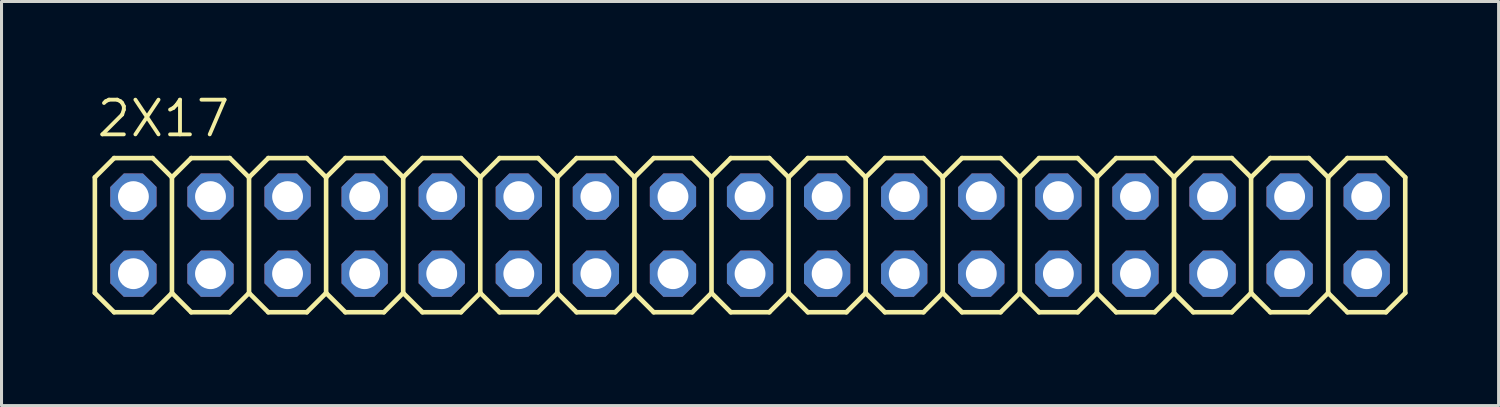
<source format=kicad_pcb>
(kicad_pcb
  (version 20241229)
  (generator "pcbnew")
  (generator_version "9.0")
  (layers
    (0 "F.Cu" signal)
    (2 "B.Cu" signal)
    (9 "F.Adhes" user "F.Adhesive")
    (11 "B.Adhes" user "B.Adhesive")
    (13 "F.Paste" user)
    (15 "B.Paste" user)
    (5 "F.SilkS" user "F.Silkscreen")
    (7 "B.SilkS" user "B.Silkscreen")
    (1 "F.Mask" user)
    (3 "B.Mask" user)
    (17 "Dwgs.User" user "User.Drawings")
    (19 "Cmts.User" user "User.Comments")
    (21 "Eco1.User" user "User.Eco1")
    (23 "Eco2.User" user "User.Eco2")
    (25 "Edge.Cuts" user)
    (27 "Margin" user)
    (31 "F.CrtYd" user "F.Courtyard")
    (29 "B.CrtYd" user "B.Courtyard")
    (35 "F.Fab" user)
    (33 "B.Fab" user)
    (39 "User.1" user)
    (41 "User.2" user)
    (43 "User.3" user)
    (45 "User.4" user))
  (footprint "2X17"
    (layer "F.Cu")
    (at 21.666 4.699)
    (property "Reference" "2X17" (at -21.59 -3.175 0) (unlocked yes) (layer "F.SilkS") (effects (font (size 1.143 1.143) (thickness 0.127)) (justify left bottom)))
    (fp_line (start -21.59 -1.905) (end -20.955 -2.54) (stroke (width 0.152) (type solid)) (layer "F.SilkS"))
    (fp_line (start -21.59 1.905) (end -21.59 -1.905) (stroke (width 0.152) (type solid)) (layer "F.SilkS"))
    (fp_line (start -21.59 1.905) (end -20.955 2.54) (stroke (width 0.152) (type solid)) (layer "F.SilkS"))
    (fp_line (start -20.955 -2.54) (end -19.685 -2.54) (stroke (width 0.152) (type solid)) (layer "F.SilkS"))
    (fp_line (start -20.955 2.54) (end -19.685 2.54) (stroke (width 0.152) (type solid)) (layer "F.SilkS"))
    (fp_line (start -19.685 -2.54) (end -19.05 -1.905) (stroke (width 0.152) (type solid)) (layer "F.SilkS"))
    (fp_line (start -19.685 2.54) (end -19.05 1.905) (stroke (width 0.152) (type solid)) (layer "F.SilkS"))
    (fp_line (start -19.05 -1.905) (end -19.05 1.905) (stroke (width 0.152) (type solid)) (layer "F.SilkS"))
    (fp_line (start -19.05 -1.905) (end -18.415 -2.54) (stroke (width 0.152) (type solid)) (layer "F.SilkS"))
    (fp_line (start -19.05 1.905) (end -18.415 2.54) (stroke (width 0.152) (type solid)) (layer "F.SilkS"))
    (fp_line (start -18.415 -2.54) (end -17.145 -2.54) (stroke (width 0.152) (type solid)) (layer "F.SilkS"))
    (fp_line (start -18.415 2.54) (end -17.145 2.54) (stroke (width 0.152) (type solid)) (layer "F.SilkS"))
    (fp_line (start -17.145 -2.54) (end -16.51 -1.905) (stroke (width 0.152) (type solid)) (layer "F.SilkS"))
    (fp_line (start -17.145 2.54) (end -16.51 1.905) (stroke (width 0.152) (type solid)) (layer "F.SilkS"))
    (fp_line (start -16.51 -1.905) (end -16.51 1.905) (stroke (width 0.152) (type solid)) (layer "F.SilkS"))
    (fp_line (start -16.51 -1.905) (end -15.875 -2.54) (stroke (width 0.152) (type solid)) (layer "F.SilkS"))
    (fp_line (start -16.51 1.905) (end -15.875 2.54) (stroke (width 0.152) (type solid)) (layer "F.SilkS"))
    (fp_line (start -15.875 -2.54) (end -14.605 -2.54) (stroke (width 0.152) (type solid)) (layer "F.SilkS"))
    (fp_line (start -15.875 2.54) (end -14.605 2.54) (stroke (width 0.152) (type solid)) (layer "F.SilkS"))
    (fp_line (start -14.605 -2.54) (end -13.97 -1.905) (stroke (width 0.152) (type solid)) (layer "F.SilkS"))
    (fp_line (start -14.605 2.54) (end -13.97 1.905) (stroke (width 0.152) (type solid)) (layer "F.SilkS"))
    (fp_line (start -13.97 -1.905) (end -13.97 1.905) (stroke (width 0.152) (type solid)) (layer "F.SilkS"))
    (fp_line (start -13.97 -1.905) (end -13.335 -2.54) (stroke (width 0.152) (type solid)) (layer "F.SilkS"))
    (fp_line (start -13.97 1.905) (end -13.335 2.54) (stroke (width 0.152) (type solid)) (layer "F.SilkS"))
    (fp_line (start -13.335 -2.54) (end -12.065 -2.54) (stroke (width 0.152) (type solid)) (layer "F.SilkS"))
    (fp_line (start -13.335 2.54) (end -12.065 2.54) (stroke (width 0.152) (type solid)) (layer "F.SilkS"))
    (fp_line (start -12.065 -2.54) (end -11.43 -1.905) (stroke (width 0.152) (type solid)) (layer "F.SilkS"))
    (fp_line (start -12.065 2.54) (end -11.43 1.905) (stroke (width 0.152) (type solid)) (layer "F.SilkS"))
    (fp_line (start -11.43 -1.905) (end -11.43 1.905) (stroke (width 0.152) (type solid)) (layer "F.SilkS"))
    (fp_line (start -11.43 -1.905) (end -10.795 -2.54) (stroke (width 0.152) (type solid)) (layer "F.SilkS"))
    (fp_line (start -11.43 1.905) (end -10.795 2.54) (stroke (width 0.152) (type solid)) (layer "F.SilkS"))
    (fp_line (start -10.795 -2.54) (end -9.525 -2.54) (stroke (width 0.152) (type solid)) (layer "F.SilkS"))
    (fp_line (start -10.795 2.54) (end -9.525 2.54) (stroke (width 0.152) (type solid)) (layer "F.SilkS"))
    (fp_line (start -9.525 -2.54) (end -8.89 -1.905) (stroke (width 0.152) (type solid)) (layer "F.SilkS"))
    (fp_line (start -9.525 2.54) (end -8.89 1.905) (stroke (width 0.152) (type solid)) (layer "F.SilkS"))
    (fp_line (start -8.89 -1.905) (end -8.89 1.905) (stroke (width 0.152) (type solid)) (layer "F.SilkS"))
    (fp_line (start -8.89 -1.905) (end -8.255 -2.54) (stroke (width 0.152) (type solid)) (layer "F.SilkS"))
    (fp_line (start -8.89 1.905) (end -8.255 2.54) (stroke (width 0.152) (type solid)) (layer "F.SilkS"))
    (fp_line (start -8.255 -2.54) (end -6.985 -2.54) (stroke (width 0.152) (type solid)) (layer "F.SilkS"))
    (fp_line (start -8.255 2.54) (end -6.985 2.54) (stroke (width 0.152) (type solid)) (layer "F.SilkS"))
    (fp_line (start -6.985 -2.54) (end -6.35 -1.905) (stroke (width 0.152) (type solid)) (layer "F.SilkS"))
    (fp_line (start -6.985 2.54) (end -6.35 1.905) (stroke (width 0.152) (type solid)) (layer "F.SilkS"))
    (fp_line (start -6.35 -1.905) (end -6.35 1.905) (stroke (width 0.152) (type solid)) (layer "F.SilkS"))
    (fp_line (start -6.35 -1.905) (end -5.715 -2.54) (stroke (width 0.152) (type solid)) (layer "F.SilkS"))
    (fp_line (start -6.35 1.905) (end -5.715 2.54) (stroke (width 0.152) (type solid)) (layer "F.SilkS"))
    (fp_line (start -5.715 -2.54) (end -4.445 -2.54) (stroke (width 0.152) (type solid)) (layer "F.SilkS"))
    (fp_line (start -4.445 -2.54) (end -3.81 -1.905) (stroke (width 0.152) (type solid)) (layer "F.SilkS"))
    (fp_line (start -4.445 2.54) (end -5.715 2.54) (stroke (width 0.152) (type solid)) (layer "F.SilkS"))
    (fp_line (start -3.81 -1.905) (end -3.81 1.905) (stroke (width 0.152) (type solid)) (layer "F.SilkS"))
    (fp_line (start -3.81 -1.905) (end -3.175 -2.54) (stroke (width 0.152) (type solid)) (layer "F.SilkS"))
    (fp_line (start -3.81 1.905) (end -4.445 2.54) (stroke (width 0.152) (type solid)) (layer "F.SilkS"))
    (fp_line (start -3.81 1.905) (end -3.175 2.54) (stroke (width 0.152) (type solid)) (layer "F.SilkS"))
    (fp_line (start -3.175 -2.54) (end -1.905 -2.54) (stroke (width 0.152) (type solid)) (layer "F.SilkS"))
    (fp_line (start -1.905 -2.54) (end -1.27 -1.905) (stroke (width 0.152) (type solid)) (layer "F.SilkS"))
    (fp_line (start -1.905 2.54) (end -3.175 2.54) (stroke (width 0.152) (type solid)) (layer "F.SilkS"))
    (fp_line (start -1.27 -1.905) (end -1.27 1.905) (stroke (width 0.152) (type solid)) (layer "F.SilkS"))
    (fp_line (start -1.27 -1.905) (end -0.635 -2.54) (stroke (width 0.152) (type solid)) (layer "F.SilkS"))
    (fp_line (start -1.27 1.905) (end -1.905 2.54) (stroke (width 0.152) (type solid)) (layer "F.SilkS"))
    (fp_line (start -1.27 1.905) (end -0.635 2.54) (stroke (width 0.152) (type solid)) (layer "F.SilkS"))
    (fp_line (start -0.635 -2.54) (end 0.635 -2.54) (stroke (width 0.152) (type solid)) (layer "F.SilkS"))
    (fp_line (start 0.635 -2.54) (end 1.27 -1.905) (stroke (width 0.152) (type solid)) (layer "F.SilkS"))
    (fp_line (start 0.635 2.54) (end -0.635 2.54) (stroke (width 0.152) (type solid)) (layer "F.SilkS"))
    (fp_line (start 1.27 -1.905) (end 1.27 1.905) (stroke (width 0.152) (type solid)) (layer "F.SilkS"))
    (fp_line (start 1.27 -1.905) (end 1.905 -2.54) (stroke (width 0.152) (type solid)) (layer "F.SilkS"))
    (fp_line (start 1.27 1.905) (end 0.635 2.54) (stroke (width 0.152) (type solid)) (layer "F.SilkS"))
    (fp_line (start 1.27 1.905) (end 1.905 2.54) (stroke (width 0.152) (type solid)) (layer "F.SilkS"))
    (fp_line (start 1.905 -2.54) (end 3.175 -2.54) (stroke (width 0.152) (type solid)) (layer "F.SilkS"))
    (fp_line (start 3.175 -2.54) (end 3.81 -1.905) (stroke (width 0.152) (type solid)) (layer "F.SilkS"))
    (fp_line (start 3.175 2.54) (end 1.905 2.54) (stroke (width 0.152) (type solid)) (layer "F.SilkS"))
    (fp_line (start 3.81 -1.905) (end 3.81 1.905) (stroke (width 0.152) (type solid)) (layer "F.SilkS"))
    (fp_line (start 3.81 -1.905) (end 4.445 -2.54) (stroke (width 0.152) (type solid)) (layer "F.SilkS"))
    (fp_line (start 3.81 1.905) (end 3.175 2.54) (stroke (width 0.152) (type solid)) (layer "F.SilkS"))
    (fp_line (start 3.81 1.905) (end 4.445 2.54) (stroke (width 0.152) (type solid)) (layer "F.SilkS"))
    (fp_line (start 4.445 -2.54) (end 5.715 -2.54) (stroke (width 0.152) (type solid)) (layer "F.SilkS"))
    (fp_line (start 5.715 -2.54) (end 6.35 -1.905) (stroke (width 0.152) (type solid)) (layer "F.SilkS"))
    (fp_line (start 5.715 2.54) (end 4.445 2.54) (stroke (width 0.152) (type solid)) (layer "F.SilkS"))
    (fp_line (start 6.35 -1.905) (end 6.35 1.905) (stroke (width 0.152) (type solid)) (layer "F.SilkS"))
    (fp_line (start 6.35 -1.905) (end 6.985 -2.54) (stroke (width 0.152) (type solid)) (layer "F.SilkS"))
    (fp_line (start 6.35 1.905) (end 5.715 2.54) (stroke (width 0.152) (type solid)) (layer "F.SilkS"))
    (fp_line (start 6.35 1.905) (end 6.985 2.54) (stroke (width 0.152) (type solid)) (layer "F.SilkS"))
    (fp_line (start 6.985 -2.54) (end 8.255 -2.54) (stroke (width 0.152) (type solid)) (layer "F.SilkS"))
    (fp_line (start 8.255 2.54) (end 6.985 2.54) (stroke (width 0.152) (type solid)) (layer "F.SilkS"))
    (fp_line (start 8.89 -1.905) (end 8.255 -2.54) (stroke (width 0.152) (type solid)) (layer "F.SilkS"))
    (fp_line (start 8.89 -1.905) (end 8.89 1.905) (stroke (width 0.152) (type solid)) (layer "F.SilkS"))
    (fp_line (start 8.89 -1.905) (end 9.525 -2.54) (stroke (width 0.152) (type solid)) (layer "F.SilkS"))
    (fp_line (start 8.89 1.905) (end 8.255 2.54) (stroke (width 0.152) (type solid)) (layer "F.SilkS"))
    (fp_line (start 8.89 1.905) (end 9.525 2.54) (stroke (width 0.152) (type solid)) (layer "F.SilkS"))
    (fp_line (start 10.795 -2.54) (end 9.525 -2.54) (stroke (width 0.152) (type solid)) (layer "F.SilkS"))
    (fp_line (start 10.795 -2.54) (end 11.43 -1.905) (stroke (width 0.152) (type solid)) (layer "F.SilkS"))
    (fp_line (start 10.795 2.54) (end 9.525 2.54) (stroke (width 0.152) (type solid)) (layer "F.SilkS"))
    (fp_line (start 11.43 -1.905) (end 11.43 1.905) (stroke (width 0.152) (type solid)) (layer "F.SilkS"))
    (fp_line (start 11.43 -1.905) (end 12.065 -2.54) (stroke (width 0.152) (type solid)) (layer "F.SilkS"))
    (fp_line (start 11.43 1.905) (end 10.795 2.54) (stroke (width 0.152) (type solid)) (layer "F.SilkS"))
    (fp_line (start 11.43 1.905) (end 12.065 2.54) (stroke (width 0.152) (type solid)) (layer "F.SilkS"))
    (fp_line (start 13.335 -2.54) (end 12.065 -2.54) (stroke (width 0.152) (type solid)) (layer "F.SilkS"))
    (fp_line (start 13.335 -2.54) (end 13.97 -1.905) (stroke (width 0.152) (type solid)) (layer "F.SilkS"))
    (fp_line (start 13.335 2.54) (end 12.065 2.54) (stroke (width 0.152) (type solid)) (layer "F.SilkS"))
    (fp_line (start 13.97 -1.905) (end 13.97 1.905) (stroke (width 0.152) (type solid)) (layer "F.SilkS"))
    (fp_line (start 13.97 -1.905) (end 14.605 -2.54) (stroke (width 0.152) (type solid)) (layer "F.SilkS"))
    (fp_line (start 13.97 1.905) (end 13.335 2.54) (stroke (width 0.152) (type solid)) (layer "F.SilkS"))
    (fp_line (start 14.605 2.54) (end 13.97 1.905) (stroke (width 0.152) (type solid)) (layer "F.SilkS"))
    (fp_line (start 14.605 2.54) (end 15.875 2.54) (stroke (width 0.152) (type solid)) (layer "F.SilkS"))
    (fp_line (start 15.875 -2.54) (end 14.605 -2.54) (stroke (width 0.152) (type solid)) (layer "F.SilkS"))
    (fp_line (start 15.875 -2.54) (end 16.51 -1.905) (stroke (width 0.152) (type solid)) (layer "F.SilkS"))
    (fp_line (start 16.51 -1.905) (end 16.51 1.905) (stroke (width 0.152) (type solid)) (layer "F.SilkS"))
    (fp_line (start 16.51 -1.905) (end 17.145 -2.54) (stroke (width 0.152) (type solid)) (layer "F.SilkS"))
    (fp_line (start 16.51 1.905) (end 15.875 2.54) (stroke (width 0.152) (type solid)) (layer "F.SilkS"))
    (fp_line (start 17.145 2.54) (end 16.51 1.905) (stroke (width 0.152) (type solid)) (layer "F.SilkS"))
    (fp_line (start 17.145 2.54) (end 18.415 2.54) (stroke (width 0.152) (type solid)) (layer "F.SilkS"))
    (fp_line (start 18.415 -2.54) (end 17.145 -2.54) (stroke (width 0.152) (type solid)) (layer "F.SilkS"))
    (fp_line (start 18.415 -2.54) (end 19.05 -1.905) (stroke (width 0.152) (type solid)) (layer "F.SilkS"))
    (fp_line (start 19.05 -1.905) (end 19.05 1.905) (stroke (width 0.152) (type solid)) (layer "F.SilkS"))
    (fp_line (start 19.05 -1.905) (end 19.685 -2.54) (stroke (width 0.152) (type solid)) (layer "F.SilkS"))
    (fp_line (start 19.05 1.905) (end 18.415 2.54) (stroke (width 0.152) (type solid)) (layer "F.SilkS"))
    (fp_line (start 19.05 1.905) (end 19.685 2.54) (stroke (width 0.152) (type solid)) (layer "F.SilkS"))
    (fp_line (start 20.955 -2.54) (end 19.685 -2.54) (stroke (width 0.152) (type solid)) (layer "F.SilkS"))
    (fp_line (start 20.955 -2.54) (end 21.59 -1.905) (stroke (width 0.152) (type solid)) (layer "F.SilkS"))
    (fp_line (start 20.955 2.54) (end 19.685 2.54) (stroke (width 0.152) (type solid)) (layer "F.SilkS"))
    (fp_line (start 21.59 -1.905) (end 21.59 1.905) (stroke (width 0.152) (type solid)) (layer "F.SilkS"))
    (fp_line (start 21.59 1.905) (end 20.955 2.54) (stroke (width 0.152) (type solid)) (layer "F.SilkS"))
    (fp_poly (pts (xy -20.574 -1.016) (xy -20.066 -1.016) (xy -20.066 -1.524) (xy -20.574 -1.524)) (stroke (width 0.1) (type default)) (fill no) (layer "F.Fab"))
    (fp_poly (pts (xy -20.574 1.524) (xy -20.066 1.524) (xy -20.066 1.016) (xy -20.574 1.016)) (stroke (width 0.1) (type default)) (fill no) (layer "F.Fab"))
    (fp_poly (pts (xy -18.034 -1.016) (xy -17.526 -1.016) (xy -17.526 -1.524) (xy -18.034 -1.524)) (stroke (width 0.1) (type default)) (fill no) (layer "F.Fab"))
    (fp_poly (pts (xy -18.034 1.524) (xy -17.526 1.524) (xy -17.526 1.016) (xy -18.034 1.016)) (stroke (width 0.1) (type default)) (fill no) (layer "F.Fab"))
    (fp_poly (pts (xy -15.494 -1.016) (xy -14.986 -1.016) (xy -14.986 -1.524) (xy -15.494 -1.524)) (stroke (width 0.1) (type default)) (fill no) (layer "F.Fab"))
    (fp_poly (pts (xy -15.494 1.524) (xy -14.986 1.524) (xy -14.986 1.016) (xy -15.494 1.016)) (stroke (width 0.1) (type default)) (fill no) (layer "F.Fab"))
    (fp_poly (pts (xy -12.954 -1.016) (xy -12.446 -1.016) (xy -12.446 -1.524) (xy -12.954 -1.524)) (stroke (width 0.1) (type default)) (fill no) (layer "F.Fab"))
    (fp_poly (pts (xy -12.954 1.524) (xy -12.446 1.524) (xy -12.446 1.016) (xy -12.954 1.016)) (stroke (width 0.1) (type default)) (fill no) (layer "F.Fab"))
    (fp_poly (pts (xy -10.414 -1.016) (xy -9.906 -1.016) (xy -9.906 -1.524) (xy -10.414 -1.524)) (stroke (width 0.1) (type default)) (fill no) (layer "F.Fab"))
    (fp_poly (pts (xy -10.414 1.524) (xy -9.906 1.524) (xy -9.906 1.016) (xy -10.414 1.016)) (stroke (width 0.1) (type default)) (fill no) (layer "F.Fab"))
    (fp_poly (pts (xy -7.874 -1.016) (xy -7.366 -1.016) (xy -7.366 -1.524) (xy -7.874 -1.524)) (stroke (width 0.1) (type default)) (fill no) (layer "F.Fab"))
    (fp_poly (pts (xy -7.874 1.524) (xy -7.366 1.524) (xy -7.366 1.016) (xy -7.874 1.016)) (stroke (width 0.1) (type default)) (fill no) (layer "F.Fab"))
    (fp_poly (pts (xy -5.334 -1.016) (xy -4.826 -1.016) (xy -4.826 -1.524) (xy -5.334 -1.524)) (stroke (width 0.1) (type default)) (fill no) (layer "F.Fab"))
    (fp_poly (pts (xy -5.334 1.524) (xy -4.826 1.524) (xy -4.826 1.016) (xy -5.334 1.016)) (stroke (width 0.1) (type default)) (fill no) (layer "F.Fab"))
    (fp_poly (pts (xy -2.794 -1.016) (xy -2.286 -1.016) (xy -2.286 -1.524) (xy -2.794 -1.524)) (stroke (width 0.1) (type default)) (fill no) (layer "F.Fab"))
    (fp_poly (pts (xy -2.794 1.524) (xy -2.286 1.524) (xy -2.286 1.016) (xy -2.794 1.016)) (stroke (width 0.1) (type default)) (fill no) (layer "F.Fab"))
    (fp_poly (pts (xy -0.254 -1.016) (xy 0.254 -1.016) (xy 0.254 -1.524) (xy -0.254 -1.524)) (stroke (width 0.1) (type default)) (fill no) (layer "F.Fab"))
    (fp_poly (pts (xy -0.254 1.524) (xy 0.254 1.524) (xy 0.254 1.016) (xy -0.254 1.016)) (stroke (width 0.1) (type default)) (fill no) (layer "F.Fab"))
    (fp_poly (pts (xy 2.286 -1.016) (xy 2.794 -1.016) (xy 2.794 -1.524) (xy 2.286 -1.524)) (stroke (width 0.1) (type default)) (fill no) (layer "F.Fab"))
    (fp_poly (pts (xy 2.286 1.524) (xy 2.794 1.524) (xy 2.794 1.016) (xy 2.286 1.016)) (stroke (width 0.1) (type default)) (fill no) (layer "F.Fab"))
    (fp_poly (pts (xy 4.826 -1.016) (xy 5.334 -1.016) (xy 5.334 -1.524) (xy 4.826 -1.524)) (stroke (width 0.1) (type default)) (fill no) (layer "F.Fab"))
    (fp_poly (pts (xy 4.826 1.524) (xy 5.334 1.524) (xy 5.334 1.016) (xy 4.826 1.016)) (stroke (width 0.1) (type default)) (fill no) (layer "F.Fab"))
    (fp_poly (pts (xy 7.366 -1.016) (xy 7.874 -1.016) (xy 7.874 -1.524) (xy 7.366 -1.524)) (stroke (width 0.1) (type default)) (fill no) (layer "F.Fab"))
    (fp_poly (pts (xy 7.366 1.524) (xy 7.874 1.524) (xy 7.874 1.016) (xy 7.366 1.016)) (stroke (width 0.1) (type default)) (fill no) (layer "F.Fab"))
    (fp_poly (pts (xy 9.906 -1.016) (xy 10.414 -1.016) (xy 10.414 -1.524) (xy 9.906 -1.524)) (stroke (width 0.1) (type default)) (fill no) (layer "F.Fab"))
    (fp_poly (pts (xy 9.906 1.524) (xy 10.414 1.524) (xy 10.414 1.016) (xy 9.906 1.016)) (stroke (width 0.1) (type default)) (fill no) (layer "F.Fab"))
    (fp_poly (pts (xy 12.446 -1.016) (xy 12.954 -1.016) (xy 12.954 -1.524) (xy 12.446 -1.524)) (stroke (width 0.1) (type default)) (fill no) (layer "F.Fab"))
    (fp_poly (pts (xy 12.446 1.524) (xy 12.954 1.524) (xy 12.954 1.016) (xy 12.446 1.016)) (stroke (width 0.1) (type default)) (fill no) (layer "F.Fab"))
    (fp_poly (pts (xy 14.986 -1.016) (xy 15.494 -1.016) (xy 15.494 -1.524) (xy 14.986 -1.524)) (stroke (width 0.1) (type default)) (fill no) (layer "F.Fab"))
    (fp_poly (pts (xy 14.986 1.524) (xy 15.494 1.524) (xy 15.494 1.016) (xy 14.986 1.016)) (stroke (width 0.1) (type default)) (fill no) (layer "F.Fab"))
    (fp_poly (pts (xy 17.526 -1.016) (xy 18.034 -1.016) (xy 18.034 -1.524) (xy 17.526 -1.524)) (stroke (width 0.1) (type default)) (fill no) (layer "F.Fab"))
    (fp_poly (pts (xy 17.526 1.524) (xy 18.034 1.524) (xy 18.034 1.016) (xy 17.526 1.016)) (stroke (width 0.1) (type default)) (fill no) (layer "F.Fab"))
    (fp_poly (pts (xy 20.066 -1.016) (xy 20.574 -1.016) (xy 20.574 -1.524) (xy 20.066 -1.524)) (stroke (width 0.1) (type default)) (fill no) (layer "F.Fab"))
    (fp_poly (pts (xy 20.066 1.524) (xy 20.574 1.524) (xy 20.574 1.016) (xy 20.066 1.016)) (stroke (width 0.1) (type default)) (fill no) (layer "F.Fab"))
    (pad "1" thru_hole roundrect (at -20.32 1.27) (size 1.524 1.524) (drill 1.016) (layers "*.Cu" "*.Mask") (roundrect_rratio 0.25) (chamfer_ratio 0.293) (chamfer top_left top_right bottom_left bottom_right))
    (pad "2" thru_hole roundrect (at -20.32 -1.27) (size 1.524 1.524) (drill 1.016) (layers "*.Cu" "*.Mask") (roundrect_rratio 0.25) (chamfer_ratio 0.293) (chamfer top_left top_right bottom_left bottom_right))
    (pad "3" thru_hole roundrect (at -17.78 1.27) (size 1.524 1.524) (drill 1.016) (layers "*.Cu" "*.Mask") (roundrect_rratio 0.25) (chamfer_ratio 0.293) (chamfer top_left top_right bottom_left bottom_right))
    (pad "4" thru_hole roundrect (at -17.78 -1.27) (size 1.524 1.524) (drill 1.016) (layers "*.Cu" "*.Mask") (roundrect_rratio 0.25) (chamfer_ratio 0.293) (chamfer top_left top_right bottom_left bottom_right))
    (pad "5" thru_hole roundrect (at -15.24 1.27) (size 1.524 1.524) (drill 1.016) (layers "*.Cu" "*.Mask") (roundrect_rratio 0.25) (chamfer_ratio 0.293) (chamfer top_left top_right bottom_left bottom_right))
    (pad "6" thru_hole roundrect (at -15.24 -1.27) (size 1.524 1.524) (drill 1.016) (layers "*.Cu" "*.Mask") (roundrect_rratio 0.25) (chamfer_ratio 0.293) (chamfer top_left top_right bottom_left bottom_right))
    (pad "7" thru_hole roundrect (at -12.7 1.27) (size 1.524 1.524) (drill 1.016) (layers "*.Cu" "*.Mask") (roundrect_rratio 0.25) (chamfer_ratio 0.293) (chamfer top_left top_right bottom_left bottom_right))
    (pad "8" thru_hole roundrect (at -12.7 -1.27) (size 1.524 1.524) (drill 1.016) (layers "*.Cu" "*.Mask") (roundrect_rratio 0.25) (chamfer_ratio 0.293) (chamfer top_left top_right bottom_left bottom_right))
    (pad "9" thru_hole roundrect (at -10.16 1.27) (size 1.524 1.524) (drill 1.016) (layers "*.Cu" "*.Mask") (roundrect_rratio 0.25) (chamfer_ratio 0.293) (chamfer top_left top_right bottom_left bottom_right))
    (pad "10" thru_hole roundrect (at -10.16 -1.27) (size 1.524 1.524) (drill 1.016) (layers "*.Cu" "*.Mask") (roundrect_rratio 0.25) (chamfer_ratio 0.293) (chamfer top_left top_right bottom_left bottom_right))
    (pad "11" thru_hole roundrect (at -7.62 1.27) (size 1.524 1.524) (drill 1.016) (layers "*.Cu" "*.Mask") (roundrect_rratio 0.25) (chamfer_ratio 0.293) (chamfer top_left top_right bottom_left bottom_right))
    (pad "12" thru_hole roundrect (at -7.62 -1.27) (size 1.524 1.524) (drill 1.016) (layers "*.Cu" "*.Mask") (roundrect_rratio 0.25) (chamfer_ratio 0.293) (chamfer top_left top_right bottom_left bottom_right))
    (pad "13" thru_hole roundrect (at -5.08 1.27) (size 1.524 1.524) (drill 1.016) (layers "*.Cu" "*.Mask") (roundrect_rratio 0.25) (chamfer_ratio 0.293) (chamfer top_left top_right bottom_left bottom_right))
    (pad "14" thru_hole roundrect (at -5.08 -1.27) (size 1.524 1.524) (drill 1.016) (layers "*.Cu" "*.Mask") (roundrect_rratio 0.25) (chamfer_ratio 0.293) (chamfer top_left top_right bottom_left bottom_right))
    (pad "15" thru_hole roundrect (at -2.54 1.27) (size 1.524 1.524) (drill 1.016) (layers "*.Cu" "*.Mask") (roundrect_rratio 0.25) (chamfer_ratio 0.293) (chamfer top_left top_right bottom_left bottom_right))
    (pad "16" thru_hole roundrect (at -2.54 -1.27) (size 1.524 1.524) (drill 1.016) (layers "*.Cu" "*.Mask") (roundrect_rratio 0.25) (chamfer_ratio 0.293) (chamfer top_left top_right bottom_left bottom_right))
    (pad "17" thru_hole roundrect (at 0 1.27) (size 1.524 1.524) (drill 1.016) (layers "*.Cu" "*.Mask") (roundrect_rratio 0.25) (chamfer_ratio 0.293) (chamfer top_left top_right bottom_left bottom_right))
    (pad "18" thru_hole roundrect (at 0 -1.27) (size 1.524 1.524) (drill 1.016) (layers "*.Cu" "*.Mask") (roundrect_rratio 0.25) (chamfer_ratio 0.293) (chamfer top_left top_right bottom_left bottom_right))
    (pad "19" thru_hole roundrect (at 2.54 1.27) (size 1.524 1.524) (drill 1.016) (layers "*.Cu" "*.Mask") (roundrect_rratio 0.25) (chamfer_ratio 0.293) (chamfer top_left top_right bottom_left bottom_right))
    (pad "20" thru_hole roundrect (at 2.54 -1.27) (size 1.524 1.524) (drill 1.016) (layers "*.Cu" "*.Mask") (roundrect_rratio 0.25) (chamfer_ratio 0.293) (chamfer top_left top_right bottom_left bottom_right))
    (pad "21" thru_hole roundrect (at 5.08 1.27) (size 1.524 1.524) (drill 1.016) (layers "*.Cu" "*.Mask") (roundrect_rratio 0.25) (chamfer_ratio 0.293) (chamfer top_left top_right bottom_left bottom_right))
    (pad "22" thru_hole roundrect (at 5.08 -1.27) (size 1.524 1.524) (drill 1.016) (layers "*.Cu" "*.Mask") (roundrect_rratio 0.25) (chamfer_ratio 0.293) (chamfer top_left top_right bottom_left bottom_right))
    (pad "23" thru_hole roundrect (at 7.62 1.27) (size 1.524 1.524) (drill 1.016) (layers "*.Cu" "*.Mask") (roundrect_rratio 0.25) (chamfer_ratio 0.293) (chamfer top_left top_right bottom_left bottom_right))
    (pad "24" thru_hole roundrect (at 7.62 -1.27) (size 1.524 1.524) (drill 1.016) (layers "*.Cu" "*.Mask") (roundrect_rratio 0.25) (chamfer_ratio 0.293) (chamfer top_left top_right bottom_left bottom_right))
    (pad "25" thru_hole roundrect (at 10.16 1.27) (size 1.524 1.524) (drill 1.016) (layers "*.Cu" "*.Mask") (roundrect_rratio 0.25) (chamfer_ratio 0.293) (chamfer top_left top_right bottom_left bottom_right))
    (pad "26" thru_hole roundrect (at 10.16 -1.27) (size 1.524 1.524) (drill 1.016) (layers "*.Cu" "*.Mask") (roundrect_rratio 0.25) (chamfer_ratio 0.293) (chamfer top_left top_right bottom_left bottom_right))
    (pad "27" thru_hole roundrect (at 12.7 1.27) (size 1.524 1.524) (drill 1.016) (layers "*.Cu" "*.Mask") (roundrect_rratio 0.25) (chamfer_ratio 0.293) (chamfer top_left top_right bottom_left bottom_right))
    (pad "28" thru_hole roundrect (at 12.7 -1.27) (size 1.524 1.524) (drill 1.016) (layers "*.Cu" "*.Mask") (roundrect_rratio 0.25) (chamfer_ratio 0.293) (chamfer top_left top_right bottom_left bottom_right))
    (pad "29" thru_hole roundrect (at 15.24 1.27) (size 1.524 1.524) (drill 1.016) (layers "*.Cu" "*.Mask") (roundrect_rratio 0.25) (chamfer_ratio 0.293) (chamfer top_left top_right bottom_left bottom_right))
    (pad "30" thru_hole roundrect (at 15.24 -1.27) (size 1.524 1.524) (drill 1.016) (layers "*.Cu" "*.Mask") (roundrect_rratio 0.25) (chamfer_ratio 0.293) (chamfer top_left top_right bottom_left bottom_right))
    (pad "31" thru_hole roundrect (at 17.78 1.27) (size 1.524 1.524) (drill 1.016) (layers "*.Cu" "*.Mask") (roundrect_rratio 0.25) (chamfer_ratio 0.293) (chamfer top_left top_right bottom_left bottom_right))
    (pad "32" thru_hole roundrect (at 17.78 -1.27) (size 1.524 1.524) (drill 1.016) (layers "*.Cu" "*.Mask") (roundrect_rratio 0.25) (chamfer_ratio 0.293) (chamfer top_left top_right bottom_left bottom_right))
    (pad "33" thru_hole roundrect (at 20.32 1.27) (size 1.524 1.524) (drill 1.016) (layers "*.Cu" "*.Mask") (roundrect_rratio 0.25) (chamfer_ratio 0.293) (chamfer top_left top_right bottom_left bottom_right))
    (pad "34" thru_hole roundrect (at 20.32 -1.27) (size 1.524 1.524) (drill 1.016) (layers "*.Cu" "*.Mask") (roundrect_rratio 0.25) (chamfer_ratio 0.293) (chamfer top_left top_right bottom_left bottom_right)))
  (gr_rect
    (start -3 -3)
    (end 46.332 10.315)
    (stroke (width 0.1) (type default))
    (fill no)
    (layer "Edge.Cuts")))
</source>
